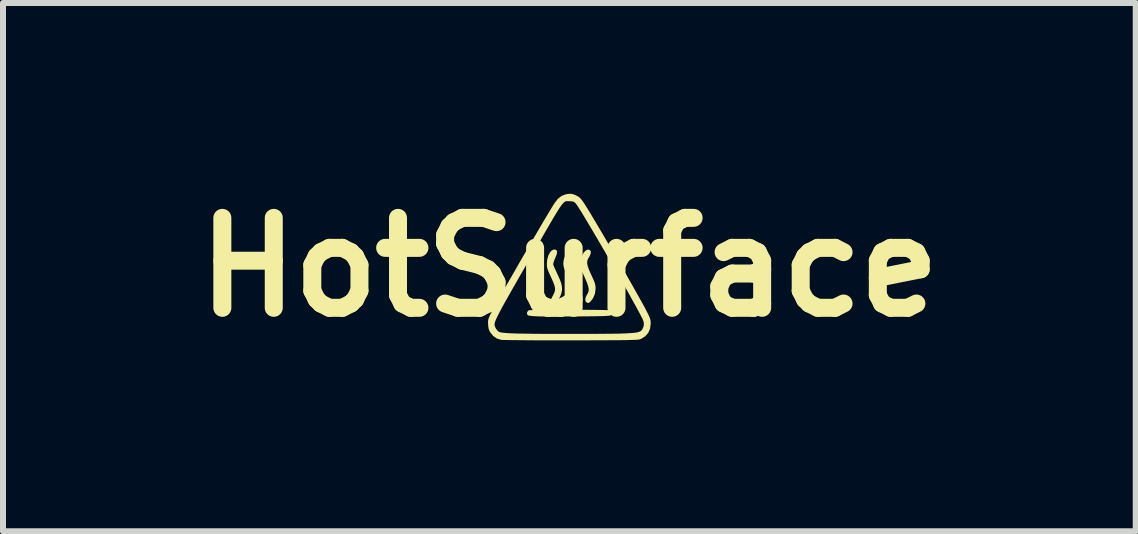
<source format=kicad_pcb>
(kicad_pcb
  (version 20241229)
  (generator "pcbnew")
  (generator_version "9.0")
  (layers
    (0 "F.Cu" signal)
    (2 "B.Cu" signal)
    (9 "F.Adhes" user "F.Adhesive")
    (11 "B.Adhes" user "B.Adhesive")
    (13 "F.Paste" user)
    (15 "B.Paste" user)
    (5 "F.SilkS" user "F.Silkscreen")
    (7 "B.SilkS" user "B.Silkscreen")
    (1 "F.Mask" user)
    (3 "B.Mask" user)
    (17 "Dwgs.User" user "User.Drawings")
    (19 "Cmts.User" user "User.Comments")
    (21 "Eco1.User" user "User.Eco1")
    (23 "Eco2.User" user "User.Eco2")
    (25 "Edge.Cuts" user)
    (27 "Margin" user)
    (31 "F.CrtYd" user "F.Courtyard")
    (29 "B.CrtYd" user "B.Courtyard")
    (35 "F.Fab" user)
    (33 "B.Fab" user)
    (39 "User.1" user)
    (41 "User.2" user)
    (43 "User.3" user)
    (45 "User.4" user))
  (footprint "HotSurface"
    (layer "F.Cu")
    (at 6.443 1.404)
    (property "Reference" "HotSurface" (at 0 0 0) (layer "F.SilkS") (effects (font (size 1.5 1.5) (thickness 0.3))))
    (attr board_only exclude_from_pos_files exclude_from_bom)
    (fp_poly (pts (xy 0.06 -0.288) (xy 0.078 -0.273) (xy 0.082 -0.25) (xy 0.073 -0.215) (xy 0.05 -0.166) (xy 0.047 -0.16) (xy 0.028 -0.119) (xy 0.018 -0.082) (xy 0.017 -0.045) (xy 0.027 -0.001) (xy 0.048 0.052) (xy 0.081 0.121) (xy 0.084 0.129) (xy 0.128 0.231) (xy 0.151 0.322) (xy 0.155 0.402) (xy 0.138 0.472) (xy 0.101 0.535) (xy 0.084 0.554) (xy 0.055 0.583) (xy 0.034 0.596) (xy 0.017 0.597) (xy -0.003 0.587) (xy -0.019 0.571) (xy -0.022 0.547) (xy -0.011 0.511) (xy 0.013 0.46) (xy 0.031 0.422) (xy 0.041 0.388) (xy 0.043 0.352) (xy 0.035 0.312) (xy 0.017 0.261) (xy -0.011 0.196) (xy -0.023 0.169) (xy -0.048 0.114) (xy -0.07 0.061) (xy -0.087 0.019) (xy -0.094 -0.004) (xy -0.101 -0.057) (xy -0.096 -0.112) (xy -0.08 -0.166) (xy -0.058 -0.215) (xy -0.029 -0.256) (xy 0.002 -0.283) (xy 0.035 -0.294)) (stroke (width 0) (type solid)) (fill yes) (layer "F.SilkS"))
    (fp_poly (pts (xy 0.123 0.711) (xy 0.239 0.711) (xy 0.346 0.712) (xy 0.442 0.713) (xy 0.525 0.714) (xy 0.591 0.715) (xy 0.64 0.717) (xy 0.667 0.718) (xy 0.672 0.719) (xy 0.696 0.736) (xy 0.707 0.764) (xy 0.701 0.792) (xy 0.691 0.803) (xy 0.681 0.807) (xy 0.658 0.81) (xy 0.621 0.813) (xy 0.569 0.816) (xy 0.5 0.817) (xy 0.412 0.819) (xy 0.303 0.82) (xy 0.173 0.821) (xy 0.142 0.822) (xy 0.025 0.822) (xy -0.09 0.823) (xy -0.2 0.823) (xy -0.3 0.822) (xy -0.388 0.822) (xy -0.461 0.822) (xy -0.515 0.821) (xy -0.533 0.82) (xy -0.594 0.817) (xy -0.644 0.813) (xy -0.679 0.807) (xy -0.693 0.802) (xy -0.707 0.778) (xy -0.703 0.749) (xy -0.686 0.725) (xy -0.672 0.719) (xy -0.655 0.717) (xy -0.616 0.716) (xy -0.557 0.714) (xy -0.482 0.713) (xy -0.392 0.712) (xy -0.289 0.711) (xy -0.177 0.711) (xy -0.056 0.711) (xy -0.000001 0.711)) (stroke (width 0) (type solid)) (fill yes) (layer "F.SilkS"))
    (fp_poly (pts (xy 0.332 -0.29) (xy 0.335 -0.289) (xy 0.356 -0.266) (xy 0.357 -0.231) (xy 0.339 -0.185) (xy 0.328 -0.167) (xy 0.308 -0.132) (xy 0.298 -0.096) (xy 0.297 -0.057) (xy 0.308 -0.01) (xy 0.329 0.048) (xy 0.362 0.123) (xy 0.367 0.132) (xy 0.395 0.194) (xy 0.415 0.241) (xy 0.427 0.277) (xy 0.434 0.307) (xy 0.437 0.338) (xy 0.437 0.36) (xy 0.426 0.445) (xy 0.394 0.52) (xy 0.354 0.572) (xy 0.329 0.593) (xy 0.311 0.598) (xy 0.289 0.589) (xy 0.285 0.587) (xy 0.268 0.565) (xy 0.266 0.529) (xy 0.278 0.487) (xy 0.294 0.459) (xy 0.312 0.427) (xy 0.322 0.395) (xy 0.322 0.359) (xy 0.313 0.315) (xy 0.293 0.258) (xy 0.262 0.186) (xy 0.251 0.16) (xy 0.222 0.096) (xy 0.202 0.05) (xy 0.19 0.015) (xy 0.183 -0.013) (xy 0.181 -0.038) (xy 0.182 -0.067) (xy 0.183 -0.078) (xy 0.193 -0.139) (xy 0.213 -0.194) (xy 0.239 -0.241) (xy 0.27 -0.274) (xy 0.301 -0.292)) (stroke (width 0) (type solid)) (fill yes) (layer "F.SilkS"))
    (fp_poly (pts (xy -0.236 -0.293) (xy -0.212 -0.28) (xy -0.204 -0.254) (xy -0.211 -0.213) (xy -0.234 -0.156) (xy -0.24 -0.142) (xy -0.258 -0.099) (xy -0.268 -0.062) (xy -0.269 -0.042) (xy -0.262 -0.023) (xy -0.246 0.014) (xy -0.224 0.062) (xy -0.199 0.116) (xy -0.196 0.123) (xy -0.16 0.203) (xy -0.136 0.267) (xy -0.124 0.322) (xy -0.122 0.372) (xy -0.13 0.423) (xy -0.137 0.448) (xy -0.155 0.493) (xy -0.181 0.537) (xy -0.211 0.573) (xy -0.239 0.595) (xy -0.256 0.6) (xy -0.277 0.591) (xy -0.293 0.575) (xy -0.302 0.559) (xy -0.304 0.543) (xy -0.298 0.521) (xy -0.282 0.488) (xy -0.265 0.456) (xy -0.248 0.419) (xy -0.239 0.384) (xy -0.239 0.347) (xy -0.249 0.304) (xy -0.269 0.25) (xy -0.3 0.18) (xy -0.306 0.168) (xy -0.334 0.106) (xy -0.354 0.061) (xy -0.366 0.025) (xy -0.373 -0.004) (xy -0.375 -0.034) (xy -0.375 -0.062) (xy -0.369 -0.129) (xy -0.352 -0.19) (xy -0.327 -0.24) (xy -0.297 -0.275) (xy -0.262 -0.294)) (stroke (width 0) (type solid)) (fill yes) (layer "F.SilkS"))
    (fp_poly (pts (xy 0.06 -1.217) (xy 0.099 -1.202) (xy 0.114 -1.195) (xy 0.152 -1.174) (xy 0.182 -1.149) (xy 0.211 -1.115) (xy 0.238 -1.076) (xy 0.267 -1.032) (xy 0.307 -0.968) (xy 0.355 -0.889) (xy 0.411 -0.795) (xy 0.474 -0.689) (xy 0.542 -0.574) (xy 0.614 -0.452) (xy 0.689 -0.324) (xy 0.765 -0.193) (xy 0.84 -0.062) (xy 0.915 0.067) (xy 0.987 0.193) (xy 1.055 0.312) (xy 1.117 0.423) (xy 1.173 0.523) (xy 1.222 0.61) (xy 1.261 0.681) (xy 1.286 0.731) (xy 1.316 0.789) (xy 1.336 0.833) (xy 1.348 0.866) (xy 1.354 0.896) (xy 1.356 0.926) (xy 1.356 0.941) (xy 1.346 1.025) (xy 1.315 1.096) (xy 1.265 1.153) (xy 1.196 1.196) (xy 1.194 1.197) (xy 1.185 1.2) (xy 1.174 1.204) (xy 1.159 1.207) (xy 1.138 1.209) (xy 1.112 1.211) (xy 1.077 1.213) (xy 1.032 1.214) (xy 0.976 1.216) (xy 0.908 1.217) (xy 0.825 1.218) (xy 0.727 1.218) (xy 0.612 1.219) (xy 0.478 1.219) (xy 0.323 1.22) (xy 0.148 1.22) (xy 0.036 1.22) (xy -0.127 1.22) (xy -0.284 1.22) (xy -0.433 1.22) (xy -0.573 1.22) (xy -0.701 1.219) (xy -0.817 1.218) (xy -0.918 1.217) (xy -1.002 1.216) (xy -1.067 1.215) (xy -1.113 1.214) (xy -1.136 1.213) (xy -1.138 1.212) (xy -1.209 1.19) (xy -1.271 1.147) (xy -1.318 1.089) (xy -1.337 1.055) (xy -1.348 1.018) (xy -1.354 0.969) (xy -1.354 0.962) (xy -1.248 0.962) (xy -1.239 0.997) (xy -1.217 1.036) (xy -1.188 1.069) (xy -1.166 1.083) (xy -1.143 1.088) (xy -1.101 1.094) (xy -1.046 1.099) (xy -0.982 1.103) (xy -0.954 1.104) (xy -0.897 1.106) (xy -0.819 1.108) (xy -0.722 1.109) (xy -0.611 1.111) (xy -0.487 1.112) (xy -0.354 1.112) (xy -0.214 1.113) (xy -0.07 1.113) (xy 0.074 1.113) (xy 0.218 1.113) (xy 0.356 1.113) (xy 0.487 1.112) (xy 0.608 1.111) (xy 0.716 1.11) (xy 0.809 1.109) (xy 0.882 1.107) (xy 0.93 1.105) (xy 1.018 1.1) (xy 1.084 1.095) (xy 1.134 1.087) (xy 1.169 1.077) (xy 1.193 1.064) (xy 1.21 1.046) (xy 1.218 1.033) (xy 1.237 0.989) (xy 1.243 0.949) (xy 1.237 0.907) (xy 1.217 0.856) (xy 1.199 0.822) (xy 1.159 0.746) (xy 1.11 0.656) (xy 1.054 0.555) (xy 0.993 0.444) (xy 0.927 0.326) (xy 0.857 0.203) (xy 0.784 0.076) (xy 0.71 -0.053) (xy 0.636 -0.182) (xy 0.562 -0.309) (xy 0.49 -0.433) (xy 0.421 -0.55) (xy 0.356 -0.66) (xy 0.296 -0.761) (xy 0.242 -0.851) (xy 0.196 -0.927) (xy 0.157 -0.988) (xy 0.128 -1.032) (xy 0.11 -1.058) (xy 0.108 -1.06) (xy 0.086 -1.082) (xy 0.064 -1.093) (xy 0.034 -1.098) (xy 0.004 -1.098) (xy -0.014 -1.099) (xy -0.029 -1.1) (xy -0.043 -1.1) (xy -0.057 -1.098) (xy -0.07 -1.094) (xy -0.084 -1.084) (xy -0.1 -1.07) (xy -0.119 -1.049) (xy -0.141 -1.02) (xy -0.167 -0.982) (xy -0.197 -0.934) (xy -0.234 -0.874) (xy -0.277 -0.803) (xy -0.327 -0.717) (xy -0.385 -0.617) (xy -0.452 -0.501) (xy -0.529 -0.367) (xy -0.616 -0.216) (xy -0.714 -0.045) (xy -0.723 -0.03) (xy -0.816 0.131) (xy -0.897 0.273) (xy -0.968 0.397) (xy -1.028 0.504) (xy -1.08 0.596) (xy -1.123 0.674) (xy -1.158 0.74) (xy -1.186 0.794) (xy -1.208 0.839) (xy -1.225 0.875) (xy -1.236 0.904) (xy -1.243 0.927) (xy -1.247 0.946) (xy -1.248 0.962) (xy -1.248 0.962) (xy -1.354 0.962) (xy -1.355 0.954) (xy -1.356 0.92) (xy -1.355 0.892) (xy -1.35 0.867) (xy -1.34 0.838) (xy -1.323 0.8) (xy -1.296 0.749) (xy -1.281 0.719) (xy -1.253 0.667) (xy -1.214 0.597) (xy -1.166 0.511) (xy -1.11 0.412) (xy -1.048 0.301) (xy -0.98 0.183) (xy -0.908 0.058) (xy -0.834 -0.072) (xy -0.758 -0.203) (xy -0.683 -0.333) (xy -0.608 -0.461) (xy -0.537 -0.583) (xy -0.47 -0.698) (xy -0.408 -0.803) (xy -0.352 -0.895) (xy -0.305 -0.974) (xy -0.268 -1.035) (xy -0.245 -1.07) (xy -0.192 -1.139) (xy -0.134 -1.185) (xy -0.066 -1.213) (xy -0.019 -1.221) (xy 0.024 -1.223)) (stroke (width 0) (type solid)) (fill yes) (layer "F.SilkS")))
  (gr_rect
    (start -3 -3)
    (end 15.886 5.808)
    (stroke (width 0.1) (type default))
    (fill no)
    (layer "Edge.Cuts")))
</source>
